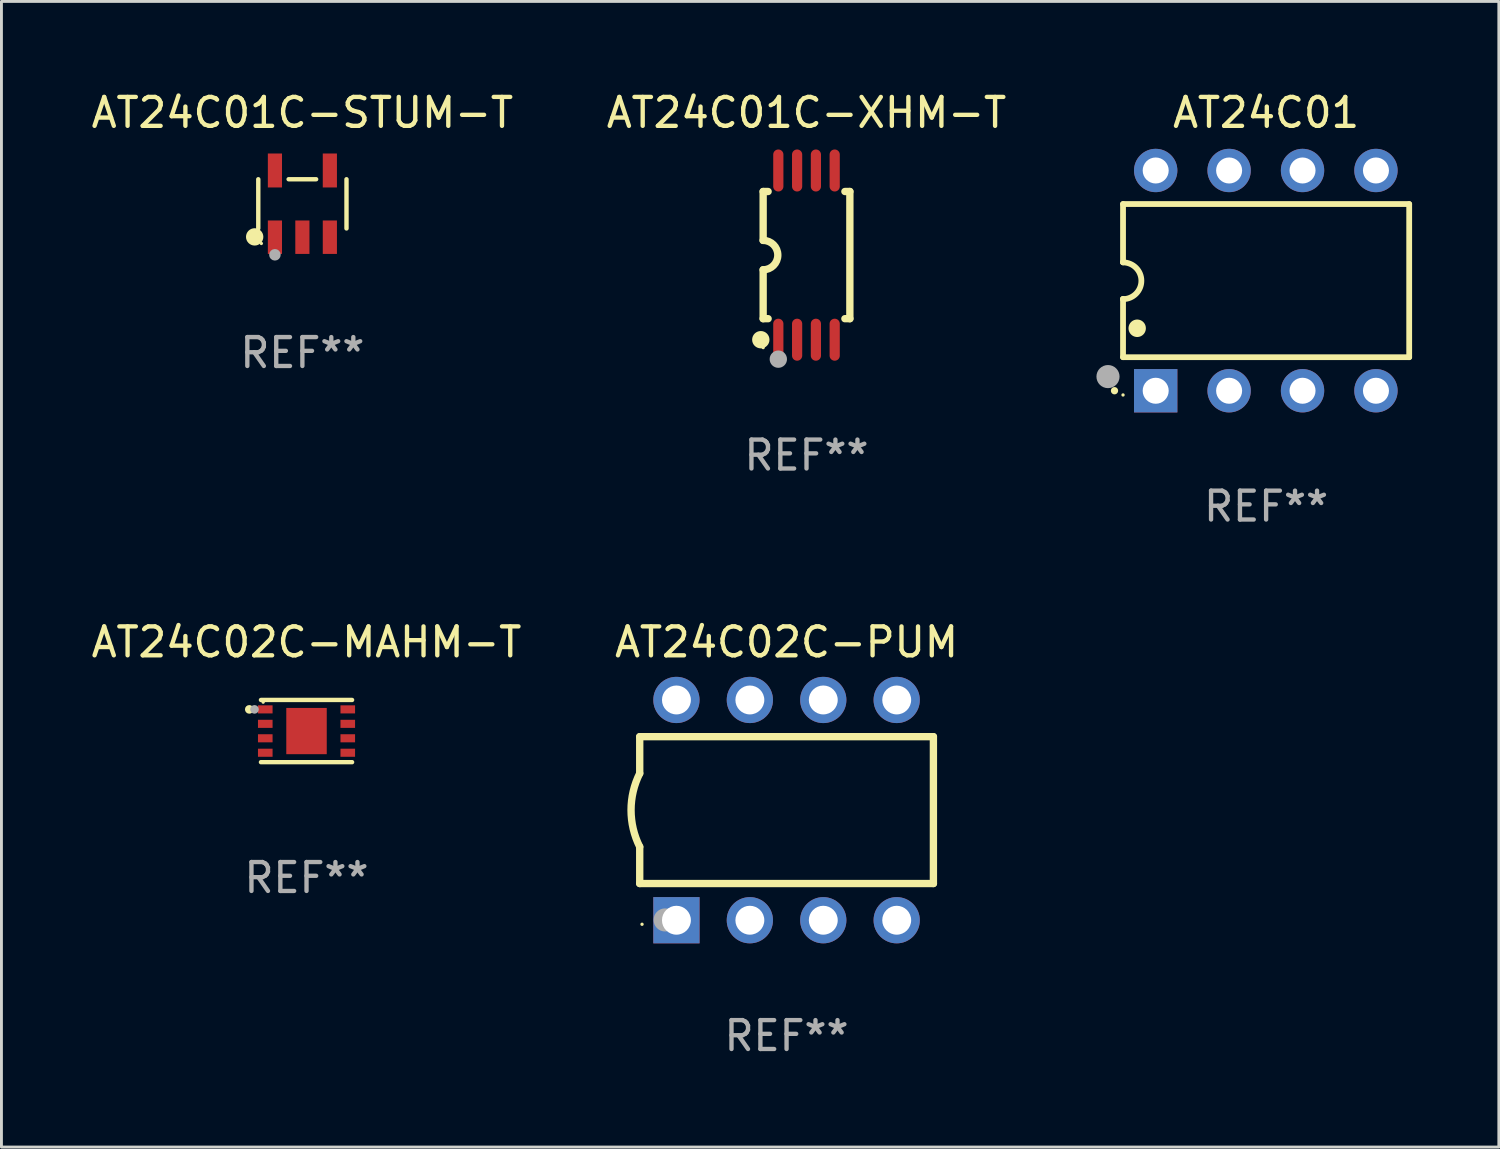
<source format=kicad_pcb>
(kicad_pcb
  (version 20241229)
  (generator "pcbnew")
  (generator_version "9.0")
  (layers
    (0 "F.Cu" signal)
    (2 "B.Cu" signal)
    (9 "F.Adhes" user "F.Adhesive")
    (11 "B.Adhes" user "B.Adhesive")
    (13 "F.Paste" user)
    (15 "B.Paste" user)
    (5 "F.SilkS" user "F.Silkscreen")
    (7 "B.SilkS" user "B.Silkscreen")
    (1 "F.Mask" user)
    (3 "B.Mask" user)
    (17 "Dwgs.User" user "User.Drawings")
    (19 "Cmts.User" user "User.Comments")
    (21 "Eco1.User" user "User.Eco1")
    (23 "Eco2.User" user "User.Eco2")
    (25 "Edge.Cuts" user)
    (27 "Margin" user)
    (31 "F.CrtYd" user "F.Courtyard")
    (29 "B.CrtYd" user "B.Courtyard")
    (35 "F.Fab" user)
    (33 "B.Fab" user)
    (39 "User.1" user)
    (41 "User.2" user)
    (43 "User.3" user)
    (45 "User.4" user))
  (footprint "AT24C01C-STUM-T"
    (layer "F.Cu")
    (at 7.411 4.002)
    (property "Reference" "AT24C01C-STUM-T" (at 0 -3.154 0) (layer "F.SilkS") (effects (font (size 1 1) (thickness 0.15))))
    (attr through_hole)
    (fp_line (start -1.526 0.851) (end -1.526 -0.851) (stroke (width 0.152) (type solid)) (layer "F.SilkS"))
    (fp_line (start 0.476 -0.851) (end -0.476 -0.851) (stroke (width 0.152) (type solid)) (layer "F.SilkS"))
    (fp_line (start 1.526 0.851) (end 1.526 -0.851) (stroke (width 0.152) (type solid)) (layer "F.SilkS"))
    (fp_circle (center -1.651 1.143) (end -1.501 1.143) (stroke (width 0.3) (type solid)) (fill no) (layer "F.SilkS"))
    (fp_circle (center -1.42 1.37) (end -1.39 1.37) (stroke (width 0.06) (type solid)) (fill no) (layer "F.SilkS"))
    (fp_circle (center -0.95 1.763) (end -0.85 1.763) (stroke (width 0.2) (type solid)) (fill no) (layer "F.Fab"))
    (fp_text user "REF**" (at 0 5.154 0) (layer "F.Fab") (effects (font (size 1 1) (thickness 0.15))))
    (pad "1" smd rect (at -0.95 1.154) (size 0.49 1.157) (layers "F.Cu" "F.Mask" "F.Paste"))
    (pad "2" smd rect (at 0 1.154) (size 0.49 1.157) (layers "F.Cu" "F.Mask" "F.Paste"))
    (pad "3" smd rect (at 0.95 1.154) (size 0.49 1.157) (layers "F.Cu" "F.Mask" "F.Paste"))
    (pad "4" smd rect (at 0.95 -1.154) (size 0.49 1.175) (layers "F.Cu" "F.Mask" "F.Paste"))
    (pad "5" smd rect (at -0.95 -1.154) (size 0.49 1.175) (layers "F.Cu" "F.Mask" "F.Paste")))
  (footprint "AT24C01"
    (layer "F.Cu")
    (at 40.751 6.658)
    (property "Reference" "AT24C01" (at 0 -5.81 0) (layer "F.SilkS") (effects (font (size 1 1) (thickness 0.15))))
    (attr through_hole)
    (fp_line (start -4.95 -2.649) (end 4.95 -2.649) (stroke (width 0.2) (type solid)) (layer "F.SilkS"))
    (fp_line (start -4.95 -0.635) (end -4.95 -2.649) (stroke (width 0.2) (type solid)) (layer "F.SilkS"))
    (fp_line (start -4.95 0.635) (end -4.95 0.64) (stroke (width 0.2) (type solid)) (layer "F.SilkS"))
    (fp_line (start -4.95 2.649) (end -4.95 0.635) (stroke (width 0.2) (type solid)) (layer "F.SilkS"))
    (fp_line (start -4.95 -0.64) (end -4.95 -0.635) (stroke (width 0.2) (type solid)) (layer "F.SilkS"))
    (fp_line (start 4.95 -2.649) (end 4.95 2.649) (stroke (width 0.2) (type solid)) (layer "F.SilkS"))
    (fp_line (start 4.95 2.649) (end -4.95 2.649) (stroke (width 0.2) (type solid)) (layer "F.SilkS"))
    (fp_arc (start -5.24511 3.810008) (mid -5.245117 3.808738) (end -5.24511 3.807468) (stroke (width 0.25) (type solid)) (layer "F.SilkS"))
    (fp_arc (start -4.950165 -0.629997) (mid -4.315164 0.005004) (end -4.950165 0.640005) (stroke (width 0.2) (type solid)) (layer "F.SilkS"))
    (fp_arc (start -4.460249 1.651003) (mid -4.46026 1.648463) (end -4.460249 1.645923) (stroke (width 0.6) (type solid)) (layer "F.SilkS"))
    (fp_circle (center -4.95 3.956) (end -4.92 3.956) (stroke (width 0.06) (type solid)) (fill no) (layer "F.SilkS"))
    (fp_circle (center -5.47 3.32) (end -5.27 3.32) (stroke (width 0.4) (type solid)) (fill no) (layer "F.Fab"))
    (fp_text user "REF**" (at 0 7.81 0) (layer "F.Fab") (effects (font (size 1 1) (thickness 0.15))))
    (pad "1" thru_hole rect (at -3.82 3.81) (size 1.5 1.5) (drill 0.9) (layers "*.Cu" "*.Mask"))
    (pad "2" thru_hole circle (at -1.28 3.81) (size 1.5 1.5) (drill 0.9) (layers "*.Cu" "*.Mask"))
    (pad "3" thru_hole circle (at 1.26 3.81) (size 1.5 1.5) (drill 0.9) (layers "*.Cu" "*.Mask"))
    (pad "4" thru_hole circle (at 3.8 3.81) (size 1.5 1.5) (drill 0.9) (layers "*.Cu" "*.Mask"))
    (pad "5" thru_hole circle (at 3.8 -3.81) (size 1.5 1.5) (drill 0.9) (layers "*.Cu" "*.Mask"))
    (pad "6" thru_hole circle (at 1.26 -3.81) (size 1.5 1.5) (drill 0.9) (layers "*.Cu" "*.Mask"))
    (pad "7" thru_hole circle (at -1.28 -3.81) (size 1.5 1.5) (drill 0.9) (layers "*.Cu" "*.Mask"))
    (pad "8" thru_hole circle (at -3.82 -3.81) (size 1.5 1.5) (drill 0.9) (layers "*.Cu" "*.Mask")))
  (footprint "AT24C02C-MAHM-T"
    (layer "F.Cu")
    (at 7.554 22.241)
    (property "Reference" "AT24C02C-MAHM-T" (at 0 -3.076 0) (layer "F.SilkS") (effects (font (size 1 1) (thickness 0.15))))
    (attr through_hole)
    (fp_line (start -1.576 -1.076) (end 1.576 -1.076) (stroke (width 0.152) (type solid)) (layer "F.SilkS"))
    (fp_line (start -1.576 1.076) (end 1.576 1.076) (stroke (width 0.152) (type solid)) (layer "F.SilkS"))
    (fp_circle (center -1.98 -0.75) (end -1.905 -0.75) (stroke (width 0.15) (type solid)) (fill no) (layer "F.SilkS"))
    (fp_circle (center -1.5 -1) (end -1.47 -1) (stroke (width 0.06) (type solid)) (fill no) (layer "F.SilkS"))
    (fp_circle (center -1.8 -0.75) (end -1.725 -0.75) (stroke (width 0.15) (type solid)) (fill no) (layer "F.Fab"))
    (fp_text user "REF**" (at 0 5.076 0) (layer "F.Fab") (effects (font (size 1 1) (thickness 0.15))))
    (pad "1" smd rect (at -1.427 -0.75) (size 0.505 0.28) (layers "F.Cu" "F.Mask" "F.Paste"))
    (pad "2" smd rect (at -1.427 -0.25) (size 0.505 0.28) (layers "F.Cu" "F.Mask" "F.Paste"))
    (pad "3" smd rect (at -1.427 0.25) (size 0.505 0.28) (layers "F.Cu" "F.Mask" "F.Paste"))
    (pad "4" smd rect (at -1.427 0.75) (size 0.505 0.28) (layers "F.Cu" "F.Mask" "F.Paste"))
    (pad "5" smd rect (at 1.427 0.75) (size 0.505 0.28) (layers "F.Cu" "F.Mask" "F.Paste"))
    (pad "6" smd rect (at 1.427 0.25) (size 0.505 0.28) (layers "F.Cu" "F.Mask" "F.Paste"))
    (pad "7" smd rect (at 1.427 -0.25) (size 0.505 0.28) (layers "F.Cu" "F.Mask" "F.Paste"))
    (pad "8" smd rect (at 1.427 -0.75) (size 0.505 0.28) (layers "F.Cu" "F.Mask" "F.Paste"))
    (pad "9" smd rect (at 0 0) (size 1.4 1.6) (layers "F.Cu" "F.Mask" "F.Paste")))
  (footprint "AT24C02C-PUM"
    (layer "F.Cu")
    (at 24.161 24.975)
    (property "Reference" "AT24C02C-PUM" (at 0 -5.81 0) (layer "F.SilkS") (effects (font (size 1 1) (thickness 0.15))))
    (attr through_hole)
    (fp_line (start -5.08 -1.27) (end -5.08 -2.54) (stroke (width 0.254) (type solid)) (layer "F.SilkS"))
    (fp_line (start -5.08 2.54) (end -5.08 1.27) (stroke (width 0.254) (type solid)) (layer "F.SilkS"))
    (fp_line (start 5.08 -2.54) (end -5.08 -2.54) (stroke (width 0.254) (type solid)) (layer "F.SilkS"))
    (fp_line (start 5.08 2.54) (end -5.08 2.54) (stroke (width 0.254) (type solid)) (layer "F.SilkS"))
    (fp_line (start 5.08 2.54) (end 5.08 -2.54) (stroke (width 0.254) (type solid)) (layer "F.SilkS"))
    (fp_arc (start -5.080011 1.270002) (mid -5.379818 -0.000001) (end -5.08001 -1.270003) (stroke (width 0.254001) (type solid)) (layer "F.SilkS"))
    (fp_circle (center -5 3.95) (end -4.97 3.95) (stroke (width 0.06) (type solid)) (fill no) (layer "F.SilkS"))
    (fp_circle (center -4.2 3.8) (end -4 3.8) (stroke (width 0.4) (type solid)) (fill no) (layer "F.Fab"))
    (fp_text user "REF**" (at 0 7.81 0) (layer "F.Fab") (effects (font (size 1 1) (thickness 0.15))))
    (pad "1" thru_hole rect (at -3.81 3.81) (size 1.6 1.6) (drill 1) (layers "*.Cu" "*.Mask"))
    (pad "2" thru_hole circle (at -1.27 3.81) (size 1.6 1.6) (drill 1) (layers "*.Cu" "*.Mask"))
    (pad "3" thru_hole circle (at 1.27 3.81) (size 1.6 1.6) (drill 1) (layers "*.Cu" "*.Mask"))
    (pad "4" thru_hole circle (at 3.81 3.81) (size 1.6 1.6) (drill 1) (layers "*.Cu" "*.Mask"))
    (pad "5" thru_hole circle (at 3.81 -3.81) (size 1.6 1.6) (drill 1) (layers "*.Cu" "*.Mask"))
    (pad "6" thru_hole circle (at 1.27 -3.81) (size 1.6 1.6) (drill 1) (layers "*.Cu" "*.Mask"))
    (pad "7" thru_hole circle (at -1.27 -3.81) (size 1.6 1.6) (drill 1) (layers "*.Cu" "*.Mask"))
    (pad "8" thru_hole circle (at -3.81 -3.81) (size 1.6 1.6) (drill 1) (layers "*.Cu" "*.Mask")))
  (footprint "AT24C01C-XHM-T"
    (layer "F.Cu")
    (at 24.851 5.775)
    (property "Reference" "AT24C01C-XHM-T" (at 0 -4.927 0) (layer "F.SilkS") (effects (font (size 1 1) (thickness 0.15))))
    (attr through_hole)
    (fp_line (start -1.5 -2.2) (end -1.5 -0.508) (stroke (width 0.254) (type solid)) (layer "F.SilkS"))
    (fp_line (start -1.5 -2.2) (end -1.328 -2.2) (stroke (width 0.254) (type solid)) (layer "F.SilkS"))
    (fp_line (start -1.5 2.2) (end -1.5 0.508) (stroke (width 0.254) (type solid)) (layer "F.SilkS"))
    (fp_line (start -1.5 2.2) (end -1.328 2.2) (stroke (width 0.254) (type solid)) (layer "F.SilkS"))
    (fp_line (start 1.328 -2.2) (end 1.5 -2.2) (stroke (width 0.254) (type solid)) (layer "F.SilkS"))
    (fp_line (start 1.328 2.2) (end 1.5 2.2) (stroke (width 0.254) (type solid)) (layer "F.SilkS"))
    (fp_line (start 1.5 -2.2) (end 1.5 2.2) (stroke (width 0.254) (type solid)) (layer "F.SilkS"))
    (fp_arc (start -1.501144 -0.508) (mid -0.993143 -0.000571) (end -1.5 0.508001) (stroke (width 0.254001) (type solid)) (layer "F.SilkS"))
    (fp_circle (center -1.581 2.927) (end -1.431 2.927) (stroke (width 0.3) (type solid)) (fill no) (layer "F.SilkS"))
    (fp_circle (center -1.5 3.2) (end -1.47 3.2) (stroke (width 0.06) (type solid)) (fill no) (layer "F.SilkS"))
    (fp_circle (center -0.975 3.6) (end -0.825 3.6) (stroke (width 0.3) (type solid)) (fill no) (layer "F.Fab"))
    (fp_text user "REF**" (at 0 6.927 0) (layer "F.Fab") (effects (font (size 1 1) (thickness 0.15))))
    (pad "1" smd oval (at -0.975 2.927) (size 0.353 1.454) (layers "F.Cu" "F.Mask" "F.Paste"))
    (pad "2" smd oval (at -0.325 2.927) (size 0.353 1.454) (layers "F.Cu" "F.Mask" "F.Paste"))
    (pad "3" smd oval (at 0.325 2.927) (size 0.353 1.454) (layers "F.Cu" "F.Mask" "F.Paste"))
    (pad "4" smd oval (at 0.975 2.927) (size 0.353 1.454) (layers "F.Cu" "F.Mask" "F.Paste"))
    (pad "5" smd oval (at 0.975 -2.927) (size 0.353 1.454) (layers "F.Cu" "F.Mask" "F.Paste"))
    (pad "6" smd oval (at 0.325 -2.927) (size 0.353 1.454) (layers "F.Cu" "F.Mask" "F.Paste"))
    (pad "7" smd oval (at -0.325 -2.927) (size 0.353 1.454) (layers "F.Cu" "F.Mask" "F.Paste"))
    (pad "8" smd oval (at -0.975 -2.927) (size 0.353 1.454) (layers "F.Cu" "F.Mask" "F.Paste")))
  (gr_rect
    (start -3 -3)
    (end 48.802 36.633)
    (stroke (width 0.1) (type default))
    (fill no)
    (layer "Edge.Cuts")))
</source>
